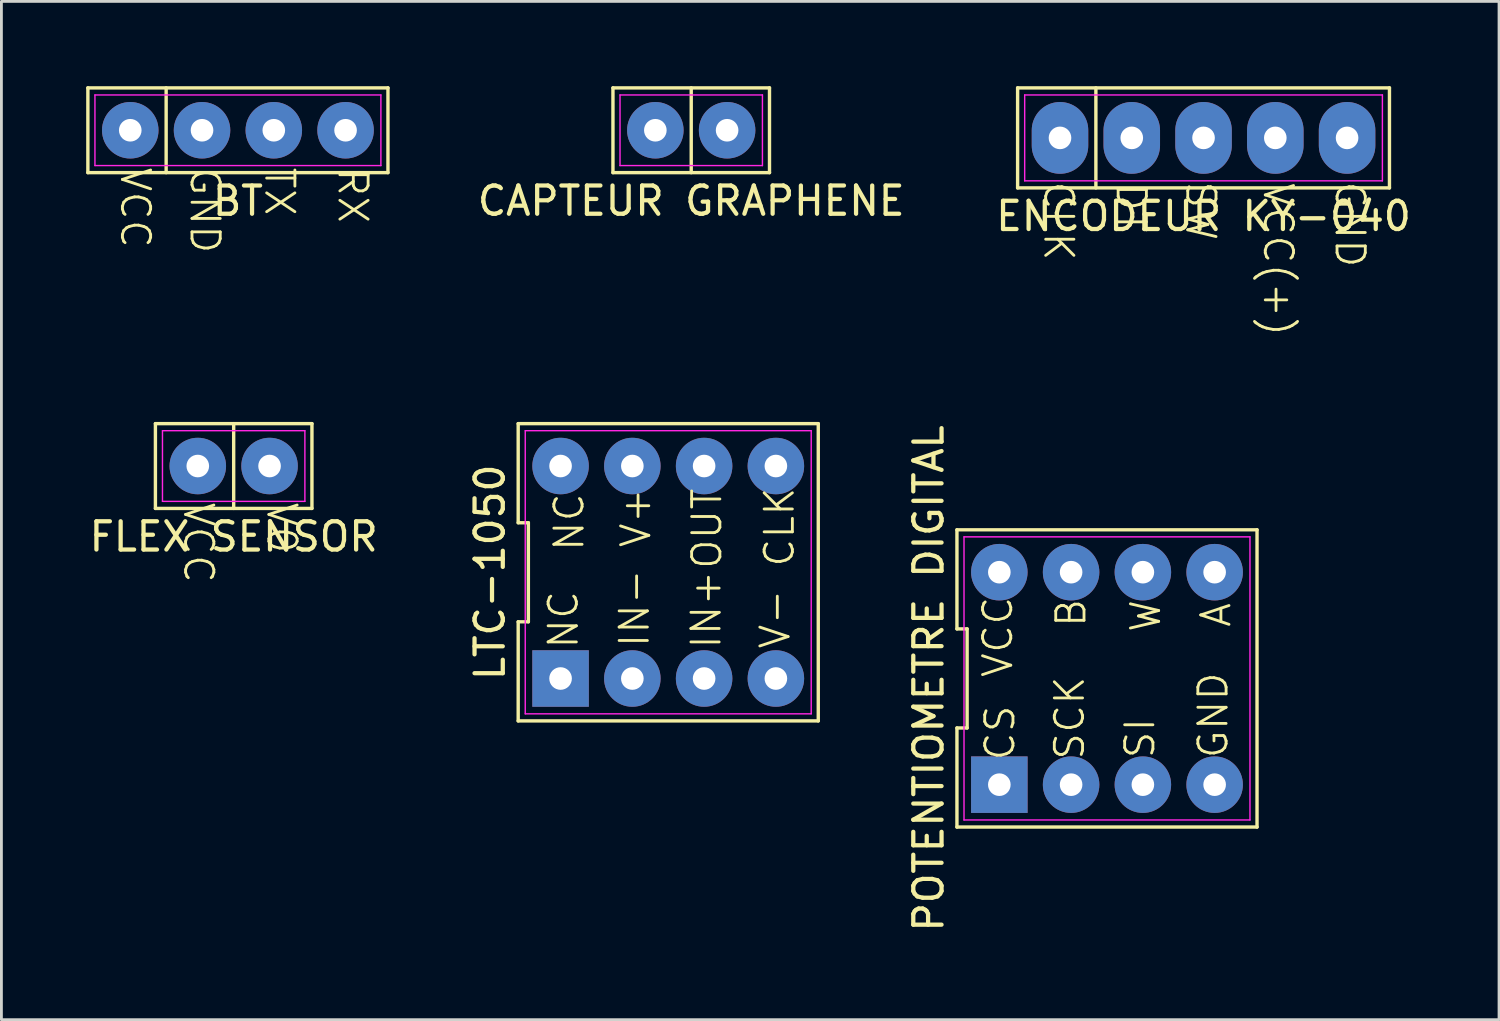
<source format=kicad_pcb>
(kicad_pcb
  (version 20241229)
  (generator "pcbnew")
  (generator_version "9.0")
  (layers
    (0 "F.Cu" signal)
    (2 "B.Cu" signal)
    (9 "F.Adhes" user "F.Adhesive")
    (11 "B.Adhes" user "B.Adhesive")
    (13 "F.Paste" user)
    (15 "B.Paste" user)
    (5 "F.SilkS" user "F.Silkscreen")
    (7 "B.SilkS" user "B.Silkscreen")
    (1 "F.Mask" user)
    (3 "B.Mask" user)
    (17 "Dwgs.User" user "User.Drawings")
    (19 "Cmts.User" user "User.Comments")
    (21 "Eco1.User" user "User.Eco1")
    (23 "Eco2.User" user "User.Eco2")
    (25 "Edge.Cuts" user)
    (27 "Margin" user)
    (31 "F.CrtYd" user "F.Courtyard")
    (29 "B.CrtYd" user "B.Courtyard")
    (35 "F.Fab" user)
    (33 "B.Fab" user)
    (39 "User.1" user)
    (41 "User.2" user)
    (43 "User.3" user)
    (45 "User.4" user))
  (footprint "POTENTIOMETRE DIGITAL"
    (layer "F.Cu")
    (at 36.127 20.96)
    (property "Reference" "POTENTIOMETRE DIGITAL" (at -6.31 0 90) (layer "F.SilkS") (effects (font (size 1 1) (thickness 0.15))))
    (attr through_hole)
    (fp_line (start -5.31 -5.26) (end -5.31 -1.753) (stroke (width 0.12) (type default)) (layer "F.SilkS"))
    (fp_line (start -5.31 -1.753) (end -4.95 -1.753) (stroke (width 0.12) (type default)) (layer "F.SilkS"))
    (fp_line (start -5.31 1.753) (end -5.31 5.26) (stroke (width 0.12) (type default)) (layer "F.SilkS"))
    (fp_line (start -5.31 5.26) (end 5.31 5.26) (stroke (width 0.12) (type default)) (layer "F.SilkS"))
    (fp_line (start -4.95 -1.753) (end -4.95 1.753) (stroke (width 0.12) (type default)) (layer "F.SilkS"))
    (fp_line (start -4.95 1.753) (end -5.31 1.753) (stroke (width 0.12) (type default)) (layer "F.SilkS"))
    (fp_line (start 5.31 -5.26) (end -5.31 -5.26) (stroke (width 0.12) (type default)) (layer "F.SilkS"))
    (fp_line (start 5.31 5.26) (end 5.31 -5.26) (stroke (width 0.12) (type default)) (layer "F.SilkS"))
    (fp_line (start -5.06 -5.01) (end 5.06 -5.01) (stroke (width 0.05) (type default)) (layer "F.CrtYd"))
    (fp_line (start -5.06 5.01) (end -5.06 -5.01) (stroke (width 0.05) (type default)) (layer "F.CrtYd"))
    (fp_line (start 5.06 -5.01) (end 5.06 5.01) (stroke (width 0.05) (type default)) (layer "F.CrtYd"))
    (fp_line (start 5.06 5.01) (end -5.06 5.01) (stroke (width 0.05) (type default)) (layer "F.CrtYd"))
    (fp_text user "VCC" (at -3.277 0.025 90) (unlocked yes) (layer "F.SilkS") (effects (font (size 1 1) (thickness 0.1)) (justify left bottom)))
    (fp_text user "SI" (at 1.753 2.896 90) (unlocked yes) (layer "F.SilkS") (effects (font (size 1 1) (thickness 0.1)) (justify left bottom)))
    (fp_text user "B" (at -0.686 -1.753 90) (unlocked yes) (layer "F.SilkS") (effects (font (size 1 1) (thickness 0.1)) (justify left bottom)))
    (fp_text user "W" (at 1.956 -1.575 90) (unlocked yes) (layer "F.SilkS") (effects (font (size 1 1) (thickness 0.1)) (justify left bottom)))
    (fp_text user "A" (at 4.445 -1.753 90) (unlocked yes) (layer "F.SilkS") (effects (font (size 1 1) (thickness 0.1)) (justify left bottom)))
    (fp_text user "SCK" (at -0.737 2.946 90) (unlocked yes) (layer "F.SilkS") (effects (font (size 1 1) (thickness 0.1)) (justify left bottom)))
    (fp_text user "GND" (at 4.343 2.896 90) (unlocked yes) (layer "F.SilkS") (effects (font (size 1 1) (thickness 0.1)) (justify left bottom)))
    (fp_text user "CS" (at -3.2 2.972 90) (unlocked yes) (layer "F.SilkS") (effects (font (size 1 1) (thickness 0.1)) (justify left bottom)))
    (pad "1" thru_hole rect (at -3.81 3.76) (size 2 2) (drill 0.8) (layers "*.Cu" "*.Mask"))
    (pad "2" thru_hole circle (at -1.27 3.76) (size 2 2) (drill 0.8) (layers "*.Cu" "*.Mask"))
    (pad "3" thru_hole circle (at 1.27 3.76) (size 2 2) (drill 0.8) (layers "*.Cu" "*.Mask"))
    (pad "4" thru_hole circle (at 3.81 3.76) (size 2 2) (drill 0.8) (layers "*.Cu" "*.Mask"))
    (pad "5" thru_hole circle (at 3.81 -3.76) (size 2 2) (drill 0.8) (layers "*.Cu" "*.Mask"))
    (pad "6" thru_hole circle (at 1.27 -3.76) (size 2 2) (drill 0.8) (layers "*.Cu" "*.Mask"))
    (pad "7" thru_hole circle (at -1.27 -3.76) (size 2 2) (drill 0.8) (layers "*.Cu" "*.Mask"))
    (pad "8" thru_hole circle (at -3.81 -3.76) (size 2 2) (drill 0.8) (layers "*.Cu" "*.Mask")))
  (footprint "ENCODEUR KY-040"
    (layer "F.Cu")
    (at 39.544 1.83)
    (property "Reference" "ENCODEUR KY-040" (at 0 2.77 0) (layer "F.SilkS") (effects (font (size 1 1) (thickness 0.15))))
    (attr through_hole)
    (fp_line (start -6.58 -1.77) (end 6.58 -1.77) (stroke (width 0.12) (type default)) (layer "F.SilkS"))
    (fp_line (start -6.58 1.77) (end -6.58 -1.77) (stroke (width 0.12) (type default)) (layer "F.SilkS"))
    (fp_line (start -3.81 -1.77) (end -3.81 1.77) (stroke (width 0.12) (type default)) (layer "F.SilkS"))
    (fp_line (start 6.58 -1.77) (end 6.58 1.77) (stroke (width 0.12) (type default)) (layer "F.SilkS"))
    (fp_line (start 6.58 1.77) (end -6.58 1.77) (stroke (width 0.12) (type default)) (layer "F.SilkS"))
    (fp_line (start -6.33 -1.52) (end 6.33 -1.52) (stroke (width 0.05) (type default)) (layer "F.CrtYd"))
    (fp_line (start -6.33 1.52) (end -6.33 -1.52) (stroke (width 0.05) (type default)) (layer "F.CrtYd"))
    (fp_line (start 6.33 -1.52) (end 6.33 1.52) (stroke (width 0.05) (type default)) (layer "F.CrtYd"))
    (fp_line (start 6.33 1.52) (end -6.33 1.52) (stroke (width 0.05) (type default)) (layer "F.CrtYd"))
    (fp_text user "SW" (at -0.686 1.473 270) (unlocked yes) (layer "F.SilkS") (effects (font (size 1 1) (thickness 0.1)) (justify left bottom)))
    (fp_text user "CLK" (at -5.715 1.473 270) (unlocked yes) (layer "F.SilkS") (effects (font (size 1 1) (thickness 0.1)) (justify left bottom)))
    (fp_text user "GND" (at 4.597 1.473 270) (unlocked yes) (layer "F.SilkS") (effects (font (size 1 1) (thickness 0.1)) (justify left bottom)))
    (fp_text user "VCC(+)" (at 2.057 1.524 270) (unlocked yes) (layer "F.SilkS") (effects (font (size 1 1) (thickness 0.1)) (justify left bottom)))
    (fp_text user "DT" (at -3.15 1.524 270) (unlocked yes) (layer "F.SilkS") (effects (font (size 1 1) (thickness 0.1)) (justify left bottom)))
    (pad "1" thru_hole oval (at -5.08 0) (size 2 2.54) (drill 0.8) (layers "*.Cu" "*.Mask"))
    (pad "2" thru_hole oval (at -2.54 0) (size 2 2.54) (drill 0.8) (layers "*.Cu" "*.Mask"))
    (pad "3" thru_hole oval (at 0 0) (size 2 2.54) (drill 0.8) (layers "*.Cu" "*.Mask"))
    (pad "4" thru_hole oval (at 2.54 0) (size 2 2.54) (drill 0.8) (layers "*.Cu" "*.Mask"))
    (pad "5" thru_hole oval (at 5.08 0) (size 2 2.54) (drill 0.8) (layers "*.Cu" "*.Mask")))
  (footprint "FLEX SENSOR"
    (layer "F.Cu")
    (at 5.22 13.443)
    (property "Reference" "FLEX SENSOR" (at 0 2.5 0) (layer "F.SilkS") (effects (font (size 1 1) (thickness 0.15))))
    (attr through_hole)
    (fp_line (start -2.77 -1.5) (end 2.77 -1.5) (stroke (width 0.12) (type default)) (layer "F.SilkS"))
    (fp_line (start -2.77 1.5) (end -2.77 -1.5) (stroke (width 0.12) (type default)) (layer "F.SilkS"))
    (fp_line (start 0 -1.5) (end 0 1.5) (stroke (width 0.12) (type default)) (layer "F.SilkS"))
    (fp_line (start 2.77 -1.5) (end 2.77 1.5) (stroke (width 0.12) (type default)) (layer "F.SilkS"))
    (fp_line (start 2.77 1.5) (end -2.77 1.5) (stroke (width 0.12) (type default)) (layer "F.SilkS"))
    (fp_line (start -2.52 -1.25) (end 2.52 -1.25) (stroke (width 0.05) (type default)) (layer "F.CrtYd"))
    (fp_line (start -2.52 1.25) (end -2.52 -1.25) (stroke (width 0.05) (type default)) (layer "F.CrtYd"))
    (fp_line (start 2.52 -1.25) (end 2.52 1.25) (stroke (width 0.05) (type default)) (layer "F.CrtYd"))
    (fp_line (start 2.52 1.25) (end -2.52 1.25) (stroke (width 0.05) (type default)) (layer "F.CrtYd"))
    (fp_text user "V0" (at 1.118 1.219 270) (unlocked yes) (layer "F.SilkS") (effects (font (size 1 1) (thickness 0.1)) (justify left bottom)))
    (fp_text user "VCC" (at -1.829 1.219 270) (unlocked yes) (layer "F.SilkS") (effects (font (size 1 1) (thickness 0.1)) (justify left bottom)))
    (pad "1" thru_hole circle (at -1.27 0) (size 2 2) (drill 0.8) (layers "*.Cu" "*.Mask"))
    (pad "2" thru_hole circle (at 1.27 0) (size 2 2) (drill 0.8) (layers "*.Cu" "*.Mask")))
  (footprint "BT"
    (layer "F.Cu")
    (at 5.37 1.56)
    (property "Reference" "BT" (at 0 2.5 0) (layer "F.SilkS") (effects (font (size 1 1) (thickness 0.15))))
    (attr through_hole)
    (fp_line (start -5.31 -1.5) (end 5.31 -1.5) (stroke (width 0.12) (type default)) (layer "F.SilkS"))
    (fp_line (start -5.31 1.5) (end -5.31 -1.5) (stroke (width 0.12) (type default)) (layer "F.SilkS"))
    (fp_line (start -2.54 -1.5) (end -2.54 1.5) (stroke (width 0.12) (type default)) (layer "F.SilkS"))
    (fp_line (start 5.31 -1.5) (end 5.31 1.5) (stroke (width 0.12) (type default)) (layer "F.SilkS"))
    (fp_line (start 5.31 1.5) (end -5.31 1.5) (stroke (width 0.12) (type default)) (layer "F.SilkS"))
    (fp_line (start -5.06 -1.25) (end 5.06 -1.25) (stroke (width 0.05) (type default)) (layer "F.CrtYd"))
    (fp_line (start -5.06 1.25) (end -5.06 -1.25) (stroke (width 0.05) (type default)) (layer "F.CrtYd"))
    (fp_line (start 5.06 -1.25) (end 5.06 1.25) (stroke (width 0.05) (type default)) (layer "F.CrtYd"))
    (fp_line (start 5.06 1.25) (end -5.06 1.25) (stroke (width 0.05) (type default)) (layer "F.CrtYd"))
    (fp_text user "TX" (at 0.889 1.245 270) (unlocked yes) (layer "F.SilkS") (effects (font (size 1 1) (thickness 0.1)) (justify left bottom)))
    (fp_text user "VCC" (at -4.216 1.245 270) (unlocked yes) (layer "F.SilkS") (effects (font (size 1 1) (thickness 0.1)) (justify left bottom)))
    (fp_text user "GND" (at -1.753 1.245 270) (unlocked yes) (layer "F.SilkS") (effects (font (size 1 1) (thickness 0.1)) (justify left bottom)))
    (fp_text user "RX" (at 3.48 1.27 270) (unlocked yes) (layer "F.SilkS") (effects (font (size 1 1) (thickness 0.1)) (justify left bottom)))
    (pad "1" thru_hole circle (at -3.81 0) (size 2 2) (drill 0.8) (layers "*.Cu" "*.Mask"))
    (pad "2" thru_hole circle (at -1.27 0) (size 2 2) (drill 0.8) (layers "*.Cu" "*.Mask"))
    (pad "3" thru_hole circle (at 1.27 0) (size 2 2) (drill 0.8) (layers "*.Cu" "*.Mask"))
    (pad "4" thru_hole circle (at 3.81 0) (size 2 2) (drill 0.8) (layers "*.Cu" "*.Mask")))
  (footprint "LTC-1050"
    (layer "F.Cu")
    (at 20.599 17.203)
    (property "Reference" "LTC-1050" (at -6.31 0 90) (layer "F.SilkS") (effects (font (size 1 1) (thickness 0.15))))
    (attr through_hole)
    (fp_line (start -5.31 -5.26) (end -5.31 -1.753) (stroke (width 0.12) (type default)) (layer "F.SilkS"))
    (fp_line (start -5.31 -1.753) (end -4.95 -1.753) (stroke (width 0.12) (type default)) (layer "F.SilkS"))
    (fp_line (start -5.31 1.753) (end -5.31 5.26) (stroke (width 0.12) (type default)) (layer "F.SilkS"))
    (fp_line (start -5.31 5.26) (end 5.31 5.26) (stroke (width 0.12) (type default)) (layer "F.SilkS"))
    (fp_line (start -4.95 -1.753) (end -4.95 1.753) (stroke (width 0.12) (type default)) (layer "F.SilkS"))
    (fp_line (start -4.95 1.753) (end -5.31 1.753) (stroke (width 0.12) (type default)) (layer "F.SilkS"))
    (fp_line (start 5.31 -5.26) (end -5.31 -5.26) (stroke (width 0.12) (type default)) (layer "F.SilkS"))
    (fp_line (start 5.31 5.26) (end 5.31 -5.26) (stroke (width 0.12) (type default)) (layer "F.SilkS"))
    (fp_line (start -5.06 -5.01) (end 5.06 -5.01) (stroke (width 0.05) (type default)) (layer "F.CrtYd"))
    (fp_line (start -5.06 5.01) (end -5.06 -5.01) (stroke (width 0.05) (type default)) (layer "F.CrtYd"))
    (fp_line (start 5.06 -5.01) (end 5.06 5.01) (stroke (width 0.05) (type default)) (layer "F.CrtYd"))
    (fp_line (start 5.06 5.01) (end -5.06 5.01) (stroke (width 0.05) (type default)) (layer "F.CrtYd"))
    (fp_text user "CLK" (at 4.521 -0.127 90) (unlocked yes) (layer "F.SilkS") (effects (font (size 1 1) (thickness 0.1)) (justify left bottom)))
    (fp_text user "V+" (at -0.559 -0.813 90) (unlocked yes) (layer "F.SilkS") (effects (font (size 1 1) (thickness 0.1)) (justify left bottom)))
    (fp_text user "OUT" (at 1.956 -0.051 90) (unlocked yes) (layer "F.SilkS") (effects (font (size 1 1) (thickness 0.1)) (justify left bottom)))
    (fp_text user "V-" (at 4.369 2.769 90) (unlocked yes) (layer "F.SilkS") (effects (font (size 1 1) (thickness 0.1)) (justify left bottom)))
    (fp_text user "IN+" (at 1.93 2.769 90) (unlocked yes) (layer "F.SilkS") (effects (font (size 1 1) (thickness 0.1)) (justify left bottom)))
    (fp_text user "IN-" (at -0.61 2.718 90) (unlocked yes) (layer "F.SilkS") (effects (font (size 1 1) (thickness 0.1)) (justify left bottom)))
    (fp_text user "NC" (at -2.921 -0.686 90) (unlocked yes) (layer "F.SilkS") (effects (font (size 1 1) (thickness 0.1)) (justify left bottom)))
    (fp_text user "NC" (at -3.124 2.769 90) (unlocked yes) (layer "F.SilkS") (effects (font (size 1 1) (thickness 0.1)) (justify left bottom)))
    (pad "1" thru_hole rect (at -3.81 3.76) (size 2 2) (drill 0.8) (layers "*.Cu" "*.Mask"))
    (pad "2" thru_hole circle (at -1.27 3.76) (size 2 2) (drill 0.8) (layers "*.Cu" "*.Mask"))
    (pad "3" thru_hole circle (at 1.27 3.76) (size 2 2) (drill 0.8) (layers "*.Cu" "*.Mask"))
    (pad "4" thru_hole circle (at 3.81 3.76) (size 2 2) (drill 0.8) (layers "*.Cu" "*.Mask"))
    (pad "5" thru_hole circle (at 3.81 -3.76) (size 2 2) (drill 0.8) (layers "*.Cu" "*.Mask"))
    (pad "6" thru_hole circle (at 1.27 -3.76) (size 2 2) (drill 0.8) (layers "*.Cu" "*.Mask"))
    (pad "7" thru_hole circle (at -1.27 -3.76) (size 2 2) (drill 0.8) (layers "*.Cu" "*.Mask"))
    (pad "8" thru_hole circle (at -3.81 -3.76) (size 2 2) (drill 0.8) (layers "*.Cu" "*.Mask")))
  (footprint "CAPTEUR GRAPHENE"
    (layer "F.Cu")
    (at 21.413 1.56)
    (property "Reference" "CAPTEUR GRAPHENE" (at 0 2.5 0) (layer "F.SilkS") (effects (font (size 1 1) (thickness 0.15))))
    (attr through_hole)
    (fp_line (start -2.77 -1.5) (end 2.77 -1.5) (stroke (width 0.12) (type default)) (layer "F.SilkS"))
    (fp_line (start -2.77 1.5) (end -2.77 -1.5) (stroke (width 0.12) (type default)) (layer "F.SilkS"))
    (fp_line (start 0 -1.5) (end 0 1.5) (stroke (width 0.12) (type default)) (layer "F.SilkS"))
    (fp_line (start 2.77 -1.5) (end 2.77 1.5) (stroke (width 0.12) (type default)) (layer "F.SilkS"))
    (fp_line (start 2.77 1.5) (end -2.77 1.5) (stroke (width 0.12) (type default)) (layer "F.SilkS"))
    (fp_line (start -2.52 -1.25) (end 2.52 -1.25) (stroke (width 0.05) (type default)) (layer "F.CrtYd"))
    (fp_line (start -2.52 1.25) (end -2.52 -1.25) (stroke (width 0.05) (type default)) (layer "F.CrtYd"))
    (fp_line (start 2.52 -1.25) (end 2.52 1.25) (stroke (width 0.05) (type default)) (layer "F.CrtYd"))
    (fp_line (start 2.52 1.25) (end -2.52 1.25) (stroke (width 0.05) (type default)) (layer "F.CrtYd"))
    (pad "1" thru_hole circle (at -1.27 0) (size 2 2) (drill 0.8) (layers "*.Cu" "*.Mask"))
    (pad "2" thru_hole circle (at 1.27 0) (size 2 2) (drill 0.8) (layers "*.Cu" "*.Mask")))
  (gr_rect
    (start -3 -3)
    (end 50.002 33.037)
    (stroke (width 0.1) (type default))
    (fill no)
    (layer "Edge.Cuts")))
</source>
